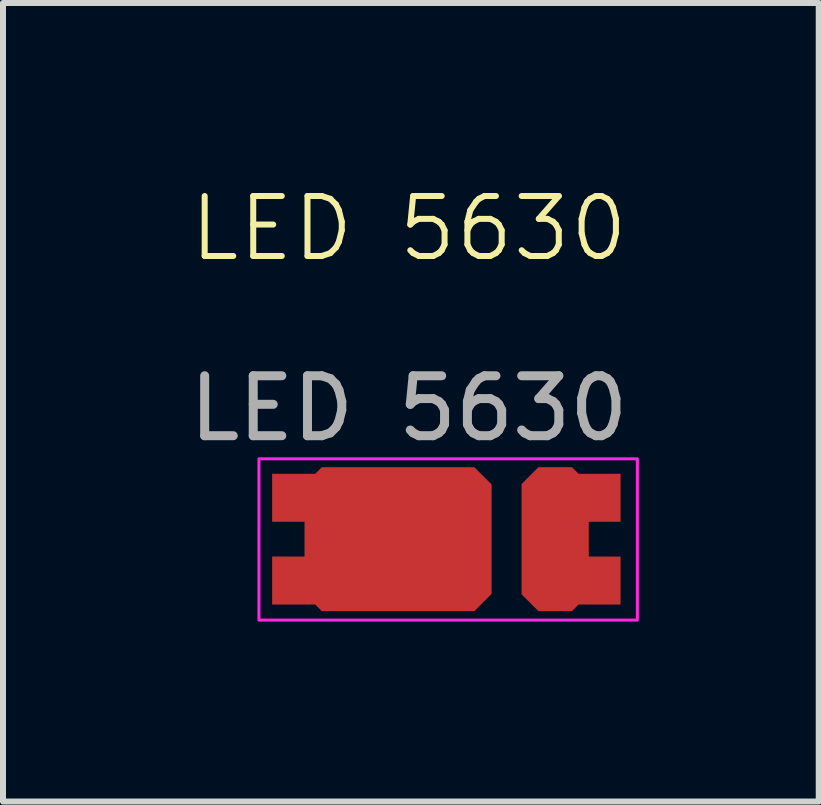
<source format=kicad_pcb>
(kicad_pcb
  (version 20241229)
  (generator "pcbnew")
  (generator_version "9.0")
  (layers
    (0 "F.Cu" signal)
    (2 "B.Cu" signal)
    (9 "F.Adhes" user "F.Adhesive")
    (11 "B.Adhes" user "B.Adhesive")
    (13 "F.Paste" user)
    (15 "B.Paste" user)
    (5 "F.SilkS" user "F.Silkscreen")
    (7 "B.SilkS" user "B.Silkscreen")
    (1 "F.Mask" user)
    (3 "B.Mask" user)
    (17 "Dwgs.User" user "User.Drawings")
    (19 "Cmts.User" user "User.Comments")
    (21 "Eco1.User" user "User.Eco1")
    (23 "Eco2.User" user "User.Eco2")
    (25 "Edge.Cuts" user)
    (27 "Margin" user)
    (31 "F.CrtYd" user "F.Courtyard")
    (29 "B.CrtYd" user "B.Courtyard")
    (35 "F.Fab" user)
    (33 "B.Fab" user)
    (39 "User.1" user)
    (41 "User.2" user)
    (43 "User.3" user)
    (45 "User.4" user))
  (footprint "LED 5630"
    (layer "F.Cu")
    (at 3.588 5.941)
    (property "Reference" "LED 5630" (at 0.18 -5.18 0) (unlocked yes) (layer "F.SilkS") (effects (font (size 1 1) (thickness 0.1))))
    (attr smd)
    (fp_rect (start -2.32 -1.34) (end 3.99 1.35) (stroke (width 0.05) (type default)) (fill no) (layer "F.CrtYd"))
    (fp_text user "${REFERENCE}" (at 0.18 -2.18 0) (unlocked yes) (layer "F.Fab") (effects (font (size 1 1) (thickness 0.15))))
    (pad "1" smd custom (at 3.31 -0.69) (size 0.8 0.8) (layers "F.Cu" "F.Mask" "F.Paste") (options (anchor rect)) (primitives (gr_poly (pts (xy -1.25 -0.23) (xy -0.97 -0.51) (xy -0.41 -0.51) (xy -0.13 -0.23) (xy -0.13 1.61) (xy -0.41 1.89) (xy -0.97 1.89) (xy -1.25 1.61)) (width 0) (fill yes)) (gr_poly (pts (xy -0.4 0.98) (xy 0.4 0.98) (xy 0.4 1.78) (xy -0.4 1.78)) (width 0) (fill yes))))
    (pad "3" smd custom (at -1.7 -0.69) (size 0.8 0.8) (layers "F.Cu" "F.Mask" "F.Paste") (options (anchor rect)) (primitives (gr_poly (pts (xy 0.14 -0.222) (xy 0.428 -0.51) (xy 2.972 -0.51) (xy 3.26 -0.222) (xy 3.26 1.602) (xy 2.972 1.89) (xy 0.428 1.89) (xy 0.14 1.602)) (width 0) (fill yes)) (gr_poly (pts (xy -0.4 0.98) (xy 0.4 0.98) (xy 0.4 1.78) (xy -0.4 1.78)) (width 0) (fill yes)))))
  (gr_rect
    (start -3 -3)
    (end 10.603 10.316)
    (stroke (width 0.1) (type default))
    (fill no)
    (layer "Edge.Cuts")))
</source>
